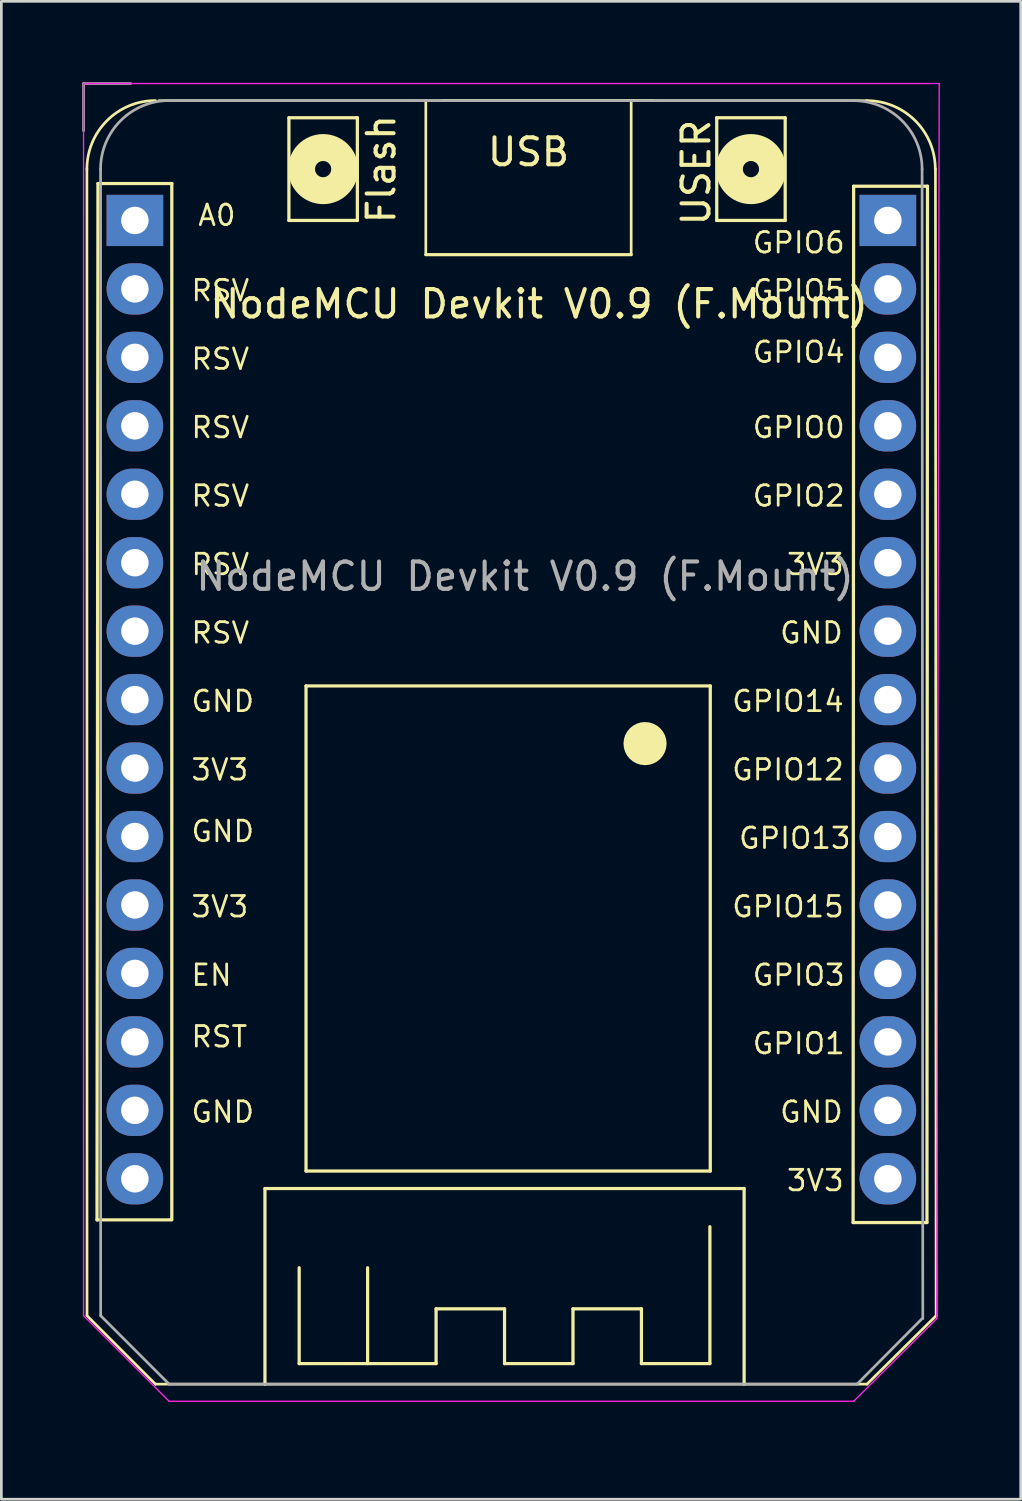
<source format=kicad_pcb>
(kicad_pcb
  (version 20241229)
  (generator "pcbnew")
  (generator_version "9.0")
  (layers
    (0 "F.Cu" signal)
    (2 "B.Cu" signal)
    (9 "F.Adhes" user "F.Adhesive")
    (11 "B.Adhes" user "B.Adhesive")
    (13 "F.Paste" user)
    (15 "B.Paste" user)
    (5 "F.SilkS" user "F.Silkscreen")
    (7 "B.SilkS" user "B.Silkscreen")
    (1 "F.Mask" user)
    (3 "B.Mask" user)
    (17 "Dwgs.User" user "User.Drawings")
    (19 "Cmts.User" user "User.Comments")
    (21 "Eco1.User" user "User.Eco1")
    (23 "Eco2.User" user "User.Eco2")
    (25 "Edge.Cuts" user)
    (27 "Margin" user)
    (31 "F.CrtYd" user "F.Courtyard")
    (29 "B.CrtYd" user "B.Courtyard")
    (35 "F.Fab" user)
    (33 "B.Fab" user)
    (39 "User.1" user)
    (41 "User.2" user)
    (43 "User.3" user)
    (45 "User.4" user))
  (footprint "NodeMCU Devkit V0.9 (F.Mount)"
    (layer "F.Cu")
    (at 1.955 5.13)
    (property "Reference" "NodeMCU Devkit V0.9 (F.Mount)" (at 15 3.1 0) (unlocked yes) (layer "F.SilkS") (effects (font (size 1.016 1.016) (thickness 0.152))))
    (attr through_hole)
    (fp_line (start -1.78 -1.905) (end -1.776 40.64) (stroke (width 0.1) (type solid)) (layer "F.SilkS"))
    (fp_line (start -1.778 40.64) (end 0.762 43.18) (stroke (width 0.1) (type default)) (layer "F.SilkS"))
    (fp_line (start -1.405 37.084) (end 1.335 37.084) (stroke (width 0.12) (type solid)) (layer "F.SilkS"))
    (fp_line (start -1.37 -1.37) (end -1.405 37.084) (stroke (width 0.12) (type solid)) (layer "F.SilkS"))
    (fp_line (start 0.762 43.18) (end 27.165 43.18) (stroke (width 0.1) (type solid)) (layer "F.SilkS"))
    (fp_line (start 0.893 -4.445) (end 27.16 -4.445) (stroke (width 0.1) (type solid)) (layer "F.SilkS"))
    (fp_line (start 1.37 -1.37) (end -1.37 -1.37) (stroke (width 0.12) (type solid)) (layer "F.SilkS"))
    (fp_line (start 1.37 37.084) (end 1.37 -1.37) (stroke (width 0.12) (type solid)) (layer "F.SilkS"))
    (fp_line (start 4.826 35.922) (end 22.606 35.922) (stroke (width 0.12) (type solid)) (layer "F.SilkS"))
    (fp_line (start 4.826 43.18) (end 4.826 35.922) (stroke (width 0.12) (type solid)) (layer "F.SilkS"))
    (fp_line (start 5.715 -3.81) (end 8.255 -3.81) (stroke (width 0.12) (type solid)) (layer "F.SilkS"))
    (fp_line (start 5.715 0) (end 5.715 -3.81) (stroke (width 0.12) (type solid)) (layer "F.SilkS"))
    (fp_line (start 6.096 42.418) (end 6.096 38.862) (stroke (width 0.12) (type solid)) (layer "F.SilkS"))
    (fp_line (start 6.35 17.272) (end 21.35 17.272) (stroke (width 0.12) (type solid)) (layer "F.SilkS"))
    (fp_line (start 6.35 35.272) (end 6.35 17.272) (stroke (width 0.12) (type solid)) (layer "F.SilkS"))
    (fp_line (start 8.255 -3.81) (end 8.255 0) (stroke (width 0.12) (type solid)) (layer "F.SilkS"))
    (fp_line (start 8.255 0) (end 5.715 0) (stroke (width 0.12) (type solid)) (layer "F.SilkS"))
    (fp_line (start 8.636 42.418) (end 8.636 38.862) (stroke (width 0.12) (type solid)) (layer "F.SilkS"))
    (fp_line (start 10.795 -4.445) (end 10.795 1.27) (stroke (width 0.1) (type default)) (layer "F.SilkS"))
    (fp_line (start 11.176 40.386) (end 11.176 42.418) (stroke (width 0.12) (type solid)) (layer "F.SilkS"))
    (fp_line (start 11.176 42.418) (end 6.096 42.418) (stroke (width 0.12) (type solid)) (layer "F.SilkS"))
    (fp_line (start 13.716 40.386) (end 11.176 40.386) (stroke (width 0.12) (type solid)) (layer "F.SilkS"))
    (fp_line (start 13.716 42.418) (end 13.716 40.386) (stroke (width 0.12) (type solid)) (layer "F.SilkS"))
    (fp_line (start 16.256 40.386) (end 16.256 42.418) (stroke (width 0.12) (type solid)) (layer "F.SilkS"))
    (fp_line (start 16.256 42.418) (end 13.716 42.418) (stroke (width 0.12) (type solid)) (layer "F.SilkS"))
    (fp_line (start 18.415 1.27) (end 10.795 1.27) (stroke (width 0.12) (type solid)) (layer "F.SilkS"))
    (fp_line (start 18.415 1.27) (end 18.415 -4.445) (stroke (width 0.1) (type default)) (layer "F.SilkS"))
    (fp_line (start 18.796 40.386) (end 16.256 40.386) (stroke (width 0.12) (type solid)) (layer "F.SilkS"))
    (fp_line (start 18.796 42.418) (end 18.796 40.386) (stroke (width 0.12) (type solid)) (layer "F.SilkS"))
    (fp_line (start 19.24 -4.445) (end 11.43 -4.445) (stroke (width 0.1) (type default)) (layer "F.SilkS"))
    (fp_line (start 21.336 37.338) (end 21.336 42.418) (stroke (width 0.12) (type solid)) (layer "F.SilkS"))
    (fp_line (start 21.336 42.418) (end 18.796 42.418) (stroke (width 0.12) (type solid)) (layer "F.SilkS"))
    (fp_line (start 21.35 17.272) (end 21.35 35.272) (stroke (width 0.12) (type solid)) (layer "F.SilkS"))
    (fp_line (start 21.35 35.272) (end 6.35 35.272) (stroke (width 0.12) (type solid)) (layer "F.SilkS"))
    (fp_line (start 21.59 -3.81) (end 24.13 -3.81) (stroke (width 0.12) (type solid)) (layer "F.SilkS"))
    (fp_line (start 21.59 0) (end 21.59 -3.81) (stroke (width 0.12) (type solid)) (layer "F.SilkS"))
    (fp_line (start 22.606 35.922) (end 22.606 43.18) (stroke (width 0.12) (type solid)) (layer "F.SilkS"))
    (fp_line (start 24.13 -3.81) (end 24.13 0) (stroke (width 0.12) (type solid)) (layer "F.SilkS"))
    (fp_line (start 24.13 0) (end 21.59 0) (stroke (width 0.12) (type solid)) (layer "F.SilkS"))
    (fp_line (start 26.65 37.184) (end 29.39 37.184) (stroke (width 0.12) (type solid)) (layer "F.SilkS"))
    (fp_line (start 26.67 -1.27) (end 26.65 37.184) (stroke (width 0.12) (type solid)) (layer "F.SilkS"))
    (fp_line (start 29.39 37.184) (end 29.41 -1.27) (stroke (width 0.12) (type solid)) (layer "F.SilkS"))
    (fp_line (start 29.41 -1.27) (end 26.67 -1.27) (stroke (width 0.12) (type solid)) (layer "F.SilkS"))
    (fp_line (start 29.705 -1.905) (end 29.731 40.64) (stroke (width 0.1) (type solid)) (layer "F.SilkS"))
    (fp_line (start 29.731 40.64) (end 27.165 43.18) (stroke (width 0.1) (type default)) (layer "F.SilkS"))
    (fp_arc (start -1.779637 -1.905) (mid -1.034729 -3.703367) (end 0.763638 -4.448275) (stroke (width 0.1) (type solid)) (layer "F.SilkS"))
    (fp_arc (start 27.159949 -4.445) (mid 28.956 -3.701051) (end 29.699949 -1.905) (stroke (width 0.1) (type solid)) (layer "F.SilkS"))
    (fp_circle (center 6.985 -1.905) (end 6.685 -1.905) (stroke (width 1) (type solid)) (fill no) (layer "F.SilkS"))
    (fp_circle (center 18.93 19.412) (end 18.53 19.412) (stroke (width 0.8) (type solid)) (fill no) (layer "F.SilkS"))
    (fp_circle (center 22.86 -1.905) (end 22.56 -1.905) (stroke (width 1) (type solid)) (fill no) (layer "F.SilkS"))
    (fp_line (start -1.905 -5.08) (end -1.905 40.64) (stroke (width 0.05) (type solid)) (layer "F.CrtYd"))
    (fp_line (start -1.905 40.64) (end 1.27 43.815) (stroke (width 0.05) (type default)) (layer "F.CrtYd"))
    (fp_line (start 1.27 43.815) (end 26.67 43.815) (stroke (width 0.05) (type solid)) (layer "F.CrtYd"))
    (fp_line (start 26.67 43.815) (end 29.753 40.749) (stroke (width 0.05) (type default)) (layer "F.CrtYd"))
    (fp_line (start 29.753 40.749) (end 29.845 -5.08) (stroke (width 0.05) (type solid)) (layer "F.CrtYd"))
    (fp_line (start 29.845 -5.08) (end -1.905 -5.08) (stroke (width 0.05) (type solid)) (layer "F.CrtYd"))
    (fp_line (start -1.905 -5.08) (end -0.155 -5.08) (stroke (width 0.1) (type solid)) (layer "F.Fab"))
    (fp_line (start -1.905 -3.33) (end -1.905 -5.08) (stroke (width 0.1) (type solid)) (layer "F.Fab"))
    (fp_line (start -1.273 -1.905) (end -1.27 40.64) (stroke (width 0.1) (type solid)) (layer "F.Fab"))
    (fp_line (start 1.27 43.18) (end -1.27 40.64) (stroke (width 0.1) (type default)) (layer "F.Fab"))
    (fp_line (start 1.27 -4.445) (end 26.67 -4.445) (stroke (width 0.1) (type solid)) (layer "F.Fab"))
    (fp_line (start 1.27 43.18) (end 26.797 43.18) (stroke (width 0.1) (type solid)) (layer "F.Fab"))
    (fp_line (start 29.21 -1.905) (end 29.236 40.749) (stroke (width 0.1) (type solid)) (layer "F.Fab"))
    (fp_line (start 29.21 40.749) (end 26.797 43.18) (stroke (width 0.1) (type default)) (layer "F.Fab"))
    (fp_arc (start -1.273275 -1.905) (mid -0.528367 -3.703367) (end 1.27 -4.448275) (stroke (width 0.1) (type solid)) (layer "F.Fab"))
    (fp_arc (start 26.67 -4.445) (mid 28.466051 -3.701051) (end 29.21 -1.905) (stroke (width 0.1) (type solid)) (layer "F.Fab"))
    (fp_text user "GPIO3" (at 22.86 28.448 0) (unlocked yes) (layer "F.SilkS") (effects (font (size 0.762 0.762) (thickness 0.102)) (justify left bottom)))
    (fp_text user "RST" (at 2.032 30.734 0) (unlocked yes) (layer "F.SilkS") (effects (font (size 0.762 0.762) (thickness 0.102)) (justify left bottom)))
    (fp_text user "3V3" (at 24.13 36.068 0) (unlocked yes) (layer "F.SilkS") (effects (font (size 0.762 0.762) (thickness 0.102)) (justify left bottom)))
    (fp_text user "RSV" (at 2.032 10.668 0) (unlocked yes) (layer "F.SilkS") (effects (font (size 0.762 0.762) (thickness 0.102)) (justify left bottom)))
    (fp_text user "GPIO12" (at 22.098 20.828 0) (unlocked yes) (layer "F.SilkS") (effects (font (size 0.762 0.762) (thickness 0.102)) (justify left bottom)))
    (fp_text user "Flash" (at 9.144 -1.905 270) (layer "F.SilkS") (effects (font (size 1 1) (thickness 0.15))))
    (fp_text user "3V3" (at 2.032 20.828 0) (unlocked yes) (layer "F.SilkS") (effects (font (size 0.762 0.762) (thickness 0.102)) (justify left bottom)))
    (fp_text user "GPIO13" (at 22.352 23.368 0) (unlocked yes) (layer "F.SilkS") (effects (font (size 0.762 0.762) (thickness 0.102)) (justify left bottom)))
    (fp_text user "GPIO0" (at 22.86 8.128 0) (unlocked yes) (layer "F.SilkS") (effects (font (size 0.762 0.762) (thickness 0.102)) (justify left bottom)))
    (fp_text user "GPIO5" (at 22.86 3.048 0) (unlocked yes) (layer "F.SilkS") (effects (font (size 0.762 0.762) (thickness 0.102)) (justify left bottom)))
    (fp_text user "GND" (at 23.876 33.528 0) (unlocked yes) (layer "F.SilkS") (effects (font (size 0.762 0.762) (thickness 0.102)) (justify left bottom)))
    (fp_text user "GPIO4" (at 22.86 5.334 0) (unlocked yes) (layer "F.SilkS") (effects (font (size 0.762 0.762) (thickness 0.102)) (justify left bottom)))
    (fp_text user "GPIO14" (at 22.098 18.288 0) (unlocked yes) (layer "F.SilkS") (effects (font (size 0.762 0.762) (thickness 0.102)) (justify left bottom)))
    (fp_text user "USER" (at 20.828 -1.778 90) (layer "F.SilkS") (effects (font (size 1 1) (thickness 0.15))))
    (fp_text user "GPIO2" (at 22.86 10.668 0) (unlocked yes) (layer "F.SilkS") (effects (font (size 0.762 0.762) (thickness 0.102)) (justify left bottom)))
    (fp_text user "RSV" (at 2.032 3.048 0) (unlocked yes) (layer "F.SilkS") (effects (font (size 0.762 0.762) (thickness 0.102)) (justify left bottom)))
    (fp_text user "RSV" (at 2.032 5.588 0) (unlocked yes) (layer "F.SilkS") (effects (font (size 0.762 0.762) (thickness 0.102)) (justify left bottom)))
    (fp_text user "A0" (at 2.286 0.254 0) (unlocked yes) (layer "F.SilkS") (effects (font (size 0.762 0.762) (thickness 0.102)) (justify left bottom)))
    (fp_text user "GPIO1" (at 22.86 30.988 0) (unlocked yes) (layer "F.SilkS") (effects (font (size 0.762 0.762) (thickness 0.102)) (justify left bottom)))
    (fp_text user "GPIO6" (at 22.86 1.27 0) (unlocked yes) (layer "F.SilkS") (effects (font (size 0.762 0.762) (thickness 0.102)) (justify left bottom)))
    (fp_text user "RSV" (at 2.032 15.748 0) (unlocked yes) (layer "F.SilkS") (effects (font (size 0.762 0.762) (thickness 0.102)) (justify left bottom)))
    (fp_text user "RSV" (at 2.032 8.128 0) (unlocked yes) (layer "F.SilkS") (effects (font (size 0.762 0.762) (thickness 0.102)) (justify left bottom)))
    (fp_text user "RSV" (at 2.032 13.208 0) (unlocked yes) (layer "F.SilkS") (effects (font (size 0.762 0.762) (thickness 0.102)) (justify left bottom)))
    (fp_text user "GND" (at 23.876 15.748 0) (unlocked yes) (layer "F.SilkS") (effects (font (size 0.762 0.762) (thickness 0.102)) (justify left bottom)))
    (fp_text user "EN" (at 2.032 28.448 0) (unlocked yes) (layer "F.SilkS") (effects (font (size 0.762 0.762) (thickness 0.102)) (justify left bottom)))
    (fp_text user "GPIO15" (at 22.098 25.908 0) (unlocked yes) (layer "F.SilkS") (effects (font (size 0.762 0.762) (thickness 0.102)) (justify left bottom)))
    (fp_text user "GND" (at 2.032 23.114 0) (unlocked yes) (layer "F.SilkS") (effects (font (size 0.762 0.762) (thickness 0.102)) (justify left bottom)))
    (fp_text user "GND" (at 2.032 18.288 0) (unlocked yes) (layer "F.SilkS") (effects (font (size 0.762 0.762) (thickness 0.102)) (justify left bottom)))
    (fp_text user "3V3" (at 24.13 13.208 0) (unlocked yes) (layer "F.SilkS") (effects (font (size 0.762 0.762) (thickness 0.102)) (justify left bottom)))
    (fp_text user "USB" (at 14.605 -2.54 180) (layer "F.SilkS") (effects (font (size 1 1) (thickness 0.15))))
    (fp_text user "GND" (at 2.032 33.528 0) (unlocked yes) (layer "F.SilkS") (effects (font (size 0.762 0.762) (thickness 0.102)) (justify left bottom)))
    (fp_text user "3V3" (at 2.032 25.908 0) (unlocked yes) (layer "F.SilkS") (effects (font (size 0.762 0.762) (thickness 0.102)) (justify left bottom)))
    (fp_text user "${REFERENCE}" (at 14.478 13.208 0) (unlocked yes) (layer "F.Fab") (effects (font (size 1.016 1.016) (thickness 0.152))))
    (pad "1" thru_hole rect (at 0 0) (size 2.1 1.9) (drill 1.02) (layers "*.Cu" "*.Mask"))
    (pad "2" thru_hole oval (at 0 2.54) (size 2.1 1.9) (drill 1.02) (layers "*.Cu" "*.Mask"))
    (pad "3" thru_hole oval (at 0 5.08) (size 2.1 1.9) (drill 1.02) (layers "*.Cu" "*.Mask"))
    (pad "4" thru_hole oval (at 0 7.62) (size 2.1 1.9) (drill 1.02) (layers "*.Cu" "*.Mask"))
    (pad "5" thru_hole oval (at 0 10.16) (size 2.1 1.9) (drill 1.02) (layers "*.Cu" "*.Mask"))
    (pad "6" thru_hole oval (at 0 12.7) (size 2.1 1.9) (drill 1.02) (layers "*.Cu" "*.Mask"))
    (pad "7" thru_hole oval (at 0 15.24) (size 2.1 1.9) (drill 1.02) (layers "*.Cu" "*.Mask"))
    (pad "8" thru_hole oval (at 0 17.78) (size 2.1 1.9) (drill 1.02) (layers "*.Cu" "*.Mask"))
    (pad "9" thru_hole oval (at 0 20.32) (size 2.1 1.9) (drill 1.02) (layers "*.Cu" "*.Mask"))
    (pad "10" thru_hole oval (at 0 22.86) (size 2.1 1.9) (drill 1.02) (layers "*.Cu" "*.Mask"))
    (pad "11" thru_hole oval (at 0 25.4 180) (size 2.1 1.9) (drill 1.02) (layers "*.Cu" "*.Mask"))
    (pad "12" thru_hole oval (at 0 27.94 180) (size 2.1 1.9) (drill 1.02) (layers "*.Cu" "*.Mask"))
    (pad "13" thru_hole oval (at 0 30.48 180) (size 2.1 1.9) (drill 1.02) (layers "*.Cu" "*.Mask"))
    (pad "14" thru_hole oval (at 0 33.02 180) (size 2.1 1.9) (drill 1.02) (layers "*.Cu" "*.Mask"))
    (pad "15" thru_hole oval (at 0 35.56 180) (size 2.1 1.9) (drill 1.02) (layers "*.Cu" "*.Mask"))
    (pad "16" thru_hole oval (at 27.94 35.56) (size 2.1 1.9) (drill 1.02) (layers "*.Cu" "*.Mask"))
    (pad "17" thru_hole oval (at 27.94 33.02) (size 2.1 1.9) (drill 1.02) (layers "*.Cu" "*.Mask"))
    (pad "18" thru_hole oval (at 27.94 30.48) (size 2.1 1.9) (drill 1.02) (layers "*.Cu" "*.Mask"))
    (pad "19" thru_hole oval (at 27.94 27.94) (size 2.1 1.9) (drill 1.02) (layers "*.Cu" "*.Mask"))
    (pad "20" thru_hole oval (at 27.94 25.4) (size 2.1 1.9) (drill 1.02) (layers "*.Cu" "*.Mask"))
    (pad "21" thru_hole oval (at 27.94 22.86) (size 2.1 1.9) (drill 1.02) (layers "*.Cu" "*.Mask"))
    (pad "22" thru_hole oval (at 27.94 20.32) (size 2.1 1.9) (drill 1.02) (layers "*.Cu" "*.Mask"))
    (pad "23" thru_hole oval (at 27.94 17.78) (size 2.1 1.9) (drill 1.02) (layers "*.Cu" "*.Mask"))
    (pad "24" thru_hole oval (at 27.94 15.24) (size 2.1 1.9) (drill 1.02) (layers "*.Cu" "*.Mask"))
    (pad "25" thru_hole oval (at 27.94 12.7) (size 2.1 1.9) (drill 1.02) (layers "*.Cu" "*.Mask"))
    (pad "26" thru_hole oval (at 27.94 10.16) (size 2.1 1.9) (drill 1.02) (layers "*.Cu" "*.Mask"))
    (pad "27" thru_hole oval (at 27.94 7.62) (size 2.1 1.9) (drill 1.02) (layers "*.Cu" "*.Mask"))
    (pad "28" thru_hole oval (at 27.94 5.08) (size 2.1 1.9) (drill 1.02) (layers "*.Cu" "*.Mask"))
    (pad "29" thru_hole oval (at 27.94 2.54) (size 2.1 1.9) (drill 1.02) (layers "*.Cu" "*.Mask"))
    (pad "30" thru_hole rect (at 27.94 0) (size 2.1 1.9) (drill 1.02) (layers "*.Cu" "*.Mask"))
    (zone (net_name "") (layers "F.Cu" "B.Cu") (name "Antenna") (hatch edge 0.5) (connect_pads) (min_thickness 0.25) (filled_areas_thickness no) (keepout (tracks not_allowed) (vias not_allowed) (pads not_allowed) (copperpour not_allowed) (footprints not_allowed)) (placement (enabled no)) (fill) (polygon (pts (xy 27.355 49.58) (xy 27.355 38.15) (xy 4.495 38.15) (xy 4.495 49.58)))))
  (gr_rect
    (start -3 -3)
    (end 34.825 52.58)
    (stroke (width 0.1) (type default))
    (fill no)
    (layer "Edge.Cuts")))
</source>
